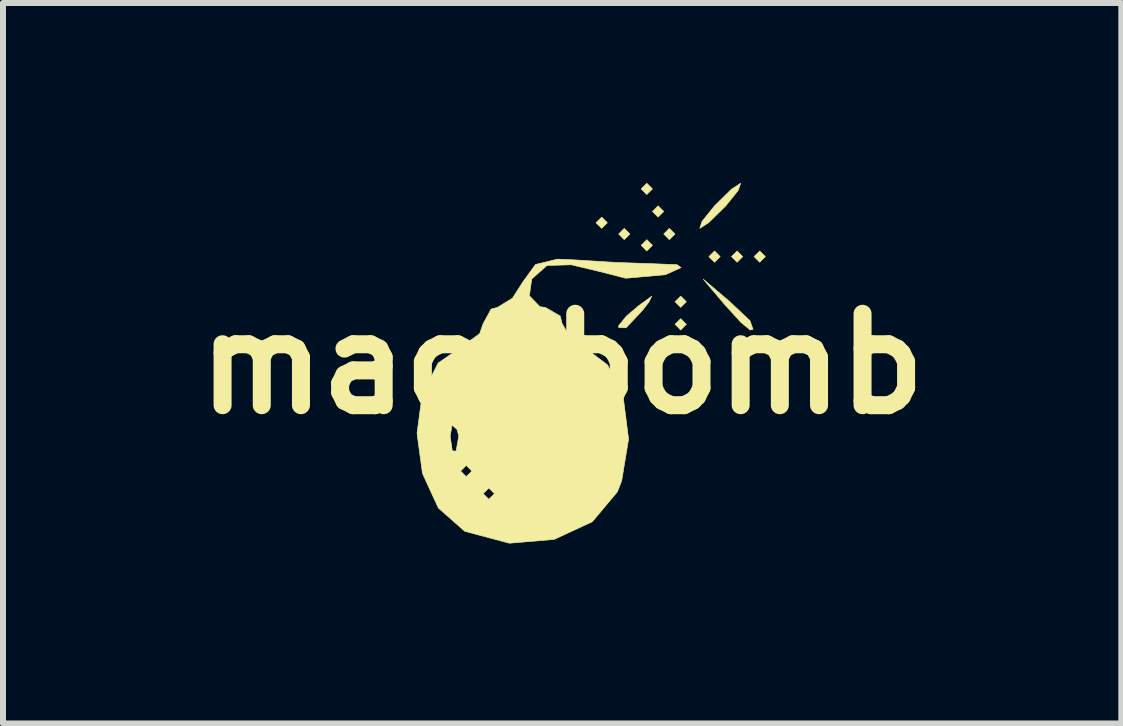
<source format=kicad_pcb>
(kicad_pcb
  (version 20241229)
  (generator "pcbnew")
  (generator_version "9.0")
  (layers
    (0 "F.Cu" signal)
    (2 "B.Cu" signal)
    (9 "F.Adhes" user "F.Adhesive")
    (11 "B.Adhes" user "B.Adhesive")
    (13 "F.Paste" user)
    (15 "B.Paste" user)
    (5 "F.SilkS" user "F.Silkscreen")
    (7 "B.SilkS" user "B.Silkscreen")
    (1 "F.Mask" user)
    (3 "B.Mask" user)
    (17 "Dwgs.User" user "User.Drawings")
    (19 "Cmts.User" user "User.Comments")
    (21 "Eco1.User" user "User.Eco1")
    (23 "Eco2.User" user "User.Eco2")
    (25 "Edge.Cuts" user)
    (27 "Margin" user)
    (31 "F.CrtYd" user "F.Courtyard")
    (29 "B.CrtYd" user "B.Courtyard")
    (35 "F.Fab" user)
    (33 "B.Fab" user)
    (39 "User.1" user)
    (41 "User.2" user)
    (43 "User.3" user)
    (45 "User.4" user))
  (footprint "mac_bomb"
    (layer "F.Cu")
    (at 6.321 3.015)
    (property "Reference" "mac_bomb" (at 0 0 0) (layer "F.SilkS") (effects (font (size 1.524 1.524) (thickness 0.3))))
    (attr through_hole)
    (fp_poly (pts (xy 0.753 -2.352) (xy 0.659 -2.258) (xy 0.564 -2.352) (xy 0.659 -2.446) (xy 0.753 -2.352)) (stroke (width 0.01) (type solid)) (fill yes) (layer "F.SilkS"))
    (fp_poly (pts (xy 1.129 -2.164) (xy 1.035 -2.07) (xy 0.941 -2.164) (xy 1.035 -2.258) (xy 1.129 -2.164)) (stroke (width 0.01) (type solid)) (fill yes) (layer "F.SilkS"))
    (fp_poly (pts (xy 1.505 -2.916) (xy 1.411 -2.822) (xy 1.317 -2.916) (xy 1.411 -3.01) (xy 1.505 -2.916)) (stroke (width 0.01) (type solid)) (fill yes) (layer "F.SilkS"))
    (fp_poly (pts (xy 1.505 -1.976) (xy 1.411 -1.881) (xy 1.317 -1.976) (xy 1.411 -2.07) (xy 1.505 -1.976)) (stroke (width 0.01) (type solid)) (fill yes) (layer "F.SilkS"))
    (fp_poly (pts (xy 1.693 -2.54) (xy 1.599 -2.446) (xy 1.505 -2.54) (xy 1.599 -2.634) (xy 1.693 -2.54)) (stroke (width 0.01) (type solid)) (fill yes) (layer "F.SilkS"))
    (fp_poly (pts (xy 1.881 -2.164) (xy 1.787 -2.07) (xy 1.693 -2.164) (xy 1.787 -2.258) (xy 1.881 -2.164)) (stroke (width 0.01) (type solid)) (fill yes) (layer "F.SilkS"))
    (fp_poly (pts (xy 2.07 -1.035) (xy 1.976 -0.941) (xy 1.881 -1.035) (xy 1.976 -1.129) (xy 2.07 -1.035)) (stroke (width 0.01) (type solid)) (fill yes) (layer "F.SilkS"))
    (fp_poly (pts (xy 2.07 -0.659) (xy 1.976 -0.564) (xy 1.881 -0.659) (xy 1.976 -0.753) (xy 2.07 -0.659)) (stroke (width 0.01) (type solid)) (fill yes) (layer "F.SilkS"))
    (fp_poly (pts (xy 2.07 -0.282) (xy 1.976 -0.188) (xy 1.881 -0.282) (xy 1.976 -0.376) (xy 2.07 -0.282)) (stroke (width 0.01) (type solid)) (fill yes) (layer "F.SilkS"))
    (fp_poly (pts (xy 2.634 -1.787) (xy 2.54 -1.693) (xy 2.446 -1.787) (xy 2.54 -1.881) (xy 2.634 -1.787)) (stroke (width 0.01) (type solid)) (fill yes) (layer "F.SilkS"))
    (fp_poly (pts (xy 3.01 -1.787) (xy 2.916 -1.693) (xy 2.822 -1.787) (xy 2.916 -1.881) (xy 3.01 -1.787)) (stroke (width 0.01) (type solid)) (fill yes) (layer "F.SilkS"))
    (fp_poly (pts (xy 3.387 -1.787) (xy 3.293 -1.693) (xy 3.199 -1.787) (xy 3.293 -1.881) (xy 3.387 -1.787)) (stroke (width 0.01) (type solid)) (fill yes) (layer "F.SilkS"))
    (fp_poly (pts (xy 2.775 -1.053) (xy 3.131 -0.719) (xy 3.182 -0.574) (xy 3.134 -0.564) (xy 2.98 -0.691) (xy 2.71 -0.988) (xy 2.352 -1.411) (xy 2.775 -1.053)) (stroke (width 0.01) (type solid)) (fill yes) (layer "F.SilkS"))
    (fp_poly (pts (xy 1.446 -1.03) (xy 1.341 -0.894) (xy 1.066 -0.601) (xy 0.944 -0.602) (xy 0.941 -0.635) (xy 1.069 -0.793) (xy 1.27 -0.965) (xy 1.493 -1.127) (xy 1.446 -1.03)) (stroke (width 0.01) (type solid)) (fill yes) (layer "F.SilkS"))
    (fp_poly (pts (xy 2.936 -2.893) (xy 2.728 -2.634) (xy 2.445 -2.356) (xy 2.294 -2.258) (xy 2.332 -2.375) (xy 2.54 -2.634) (xy 2.823 -2.912) (xy 2.975 -3.01) (xy 2.936 -2.893)) (stroke (width 0.01) (type solid)) (fill yes) (layer "F.SilkS"))
    (fp_poly (pts (xy 0.188 -1.734) (xy 0.876 -1.691) (xy 1.505 -1.669) (xy 1.915 -1.653) (xy 1.982 -1.604) (xy 1.739 -1.494) (xy 1.715 -1.485) (xy 1.059 -1.427) (xy 0.657 -1.531) (xy 0.153 -1.651) (xy -0.241 -1.64) (xy -0.259 -1.634) (xy -0.507 -1.415) (xy -0.547 -1.135) (xy -0.371 -0.952) (xy -0.282 -0.941) (xy -0.033 -0.797) (xy 0 -0.671) (xy 0.156 -0.397) (xy 0.348 -0.291) (xy 0.758 0.019) (xy 1.02 0.572) (xy 1.107 1.254) (xy 0.992 1.951) (xy 0.92 2.134) (xy 0.503 2.632) (xy -0.135 2.927) (xy -0.881 2.99) (xy -1.622 2.792) (xy -1.625 2.79) (xy -2.064 2.403) (xy -2.174 2.164) (xy -1.317 2.164) (xy -1.223 2.258) (xy -1.129 2.164) (xy -1.223 2.07) (xy -1.317 2.164) (xy -2.174 2.164) (xy -2.33 1.823) (xy -2.334 1.787) (xy -1.693 1.787) (xy -1.599 1.881) (xy -1.505 1.787) (xy -1.599 1.693) (xy -1.693 1.787) (xy -2.334 1.787) (xy -2.413 1.207) (xy -1.867 1.207) (xy -1.832 1.451) (xy -1.768 1.454) (xy -1.723 1.202) (xy -1.753 1.094) (xy -1.836 1.022) (xy -1.867 1.207) (xy -2.413 1.207) (xy -2.419 1.156) (xy -2.353 0.659) (xy -1.693 0.659) (xy -1.599 0.753) (xy -1.505 0.659) (xy -1.599 0.564) (xy -1.693 0.659) (xy -2.353 0.659) (xy -2.332 0.508) (xy -2.067 -0.014) (xy -1.665 -0.291) (xy -1.375 -0.504) (xy -1.317 -0.671) (xy -1.184 -0.913) (xy -1.079 -0.941) (xy -0.829 -1.094) (xy -0.656 -1.364) (xy -0.445 -1.656) (xy -0.08 -1.745) (xy 0.188 -1.734)) (stroke (width 0.01) (type solid)) (fill yes) (layer "F.SilkS")))
  (gr_rect
    (start -3 -3)
    (end 15.642 9.01)
    (stroke (width 0.1) (type default))
    (fill no)
    (layer "Edge.Cuts")))
</source>
